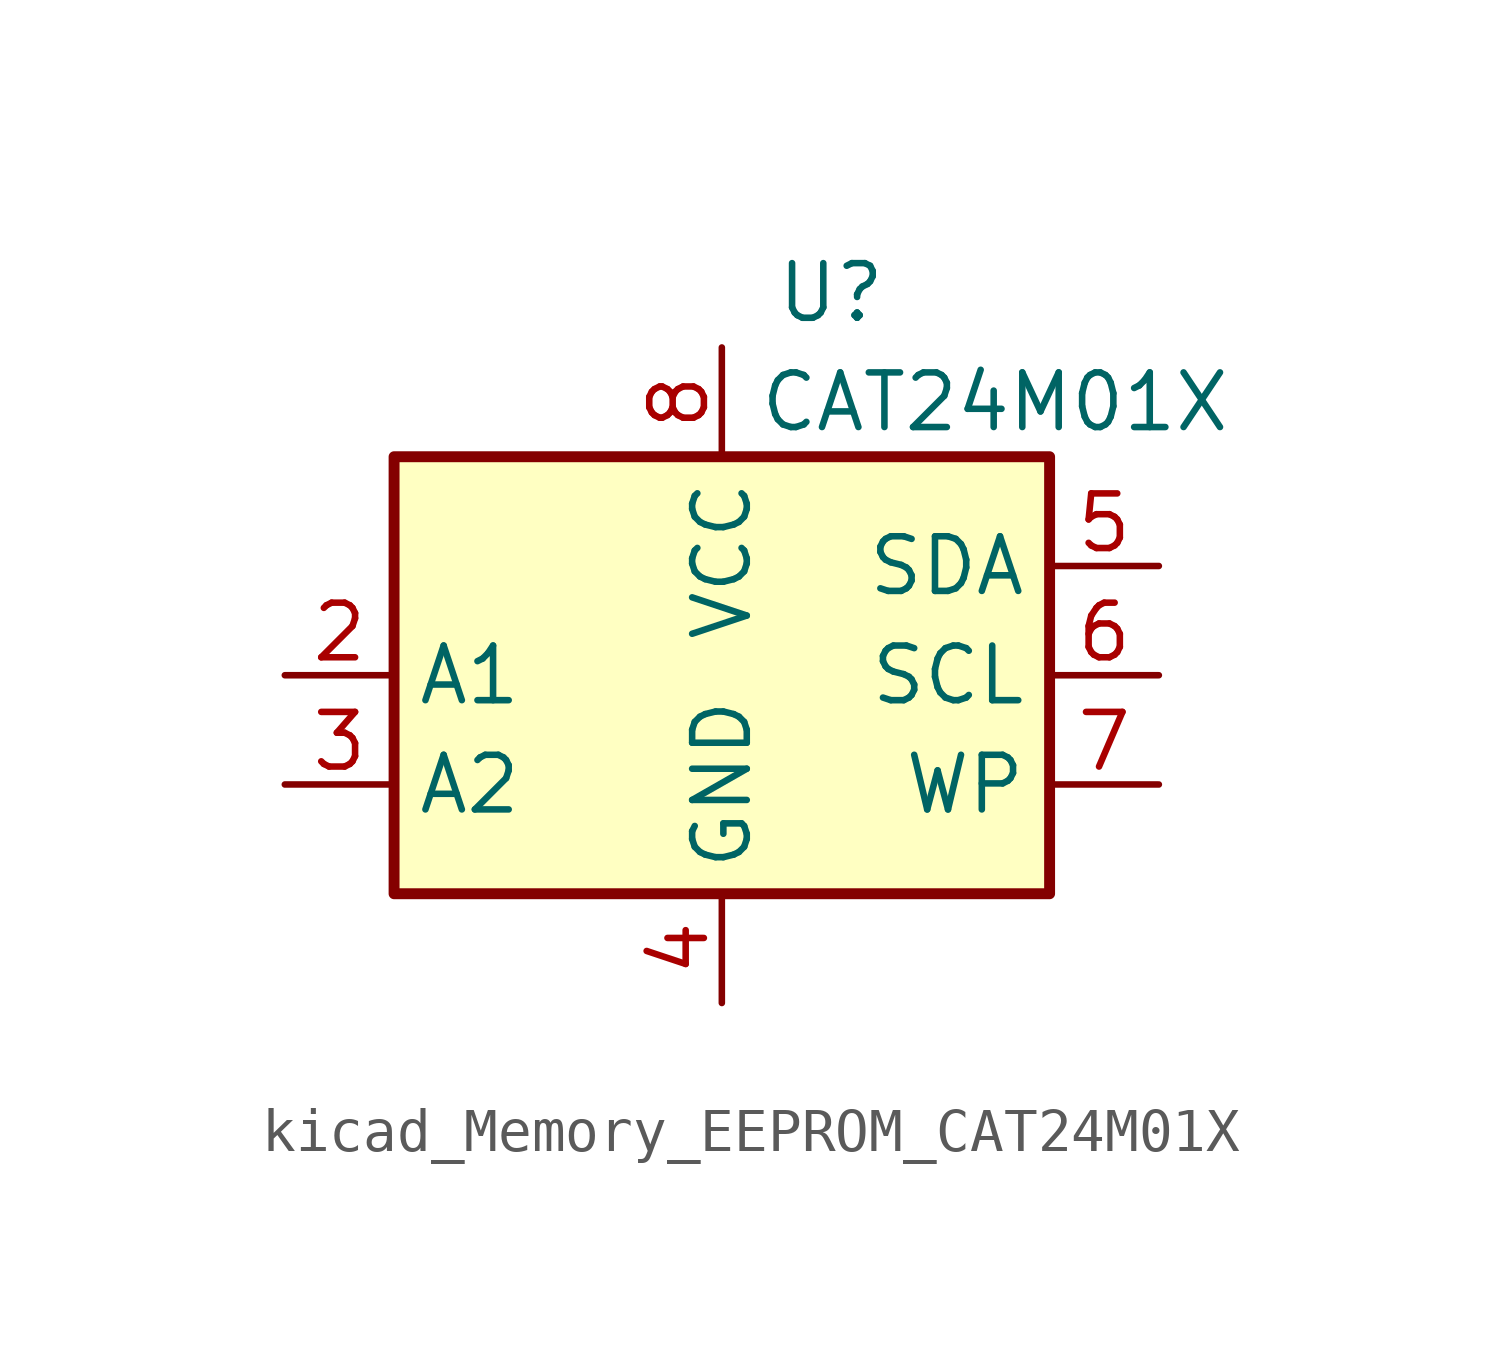
<source format=kicad_sym>
(kicad_symbol_lib
  (version 20220914)
  (generator kicad_symbol_editor)
  (symbol "kicad_Memory_EEPROM_CAT24M01X"
    (property "Reference" "U"
      (at 2.54 8.89 0)
      (effects (font (size 1.27 1.27))))
    (property "Value" "CAT24M01X"
      (at 6.35 6.35 0)
      (effects (font (size 1.27 1.27))))
    (symbol "kicad_Memory_EEPROM_CAT24M01X_1_1"
      (rectangle (start -7.62 5.08) (end 7.62 -5.08) (stroke (width 0.254) (type default)) (fill (type background)))
      (pin no_connect line (at -7.62 2.54 0) (length 2.54) hide (name "NC" (effects (font (size 1.27 1.27)))) (number "1" (effects (font (size 1.27 1.27)))))
      (pin input line (at -10.16 0 0) (length 2.54) (name "A1" (effects (font (size 1.27 1.27)))) (number "2" (effects (font (size 1.27 1.27)))))
      (pin input line (at -10.16 -2.54 0) (length 2.54) (name "A2" (effects (font (size 1.27 1.27)))) (number "3" (effects (font (size 1.27 1.27)))))
      (pin power_in line (at 0 -7.62 90) (length 2.54) (name "GND" (effects (font (size 1.27 1.27)))) (number "4" (effects (font (size 1.27 1.27)))))
      (pin bidirectional line (at 10.16 2.54 180) (length 2.54) (name "SDA" (effects (font (size 1.27 1.27)))) (number "5" (effects (font (size 1.27 1.27)))))
      (pin input line (at 10.16 0 180) (length 2.54) (name "SCL" (effects (font (size 1.27 1.27)))) (number "6" (effects (font (size 1.27 1.27)))))
      (pin input line (at 10.16 -2.54 180) (length 2.54) (name "WP" (effects (font (size 1.27 1.27)))) (number "7" (effects (font (size 1.27 1.27)))))
      (pin power_in line (at 0 7.62 270) (length 2.54) (name "VCC" (effects (font (size 1.27 1.27)))) (number "8" (effects (font (size 1.27 1.27))))))))
</source>
